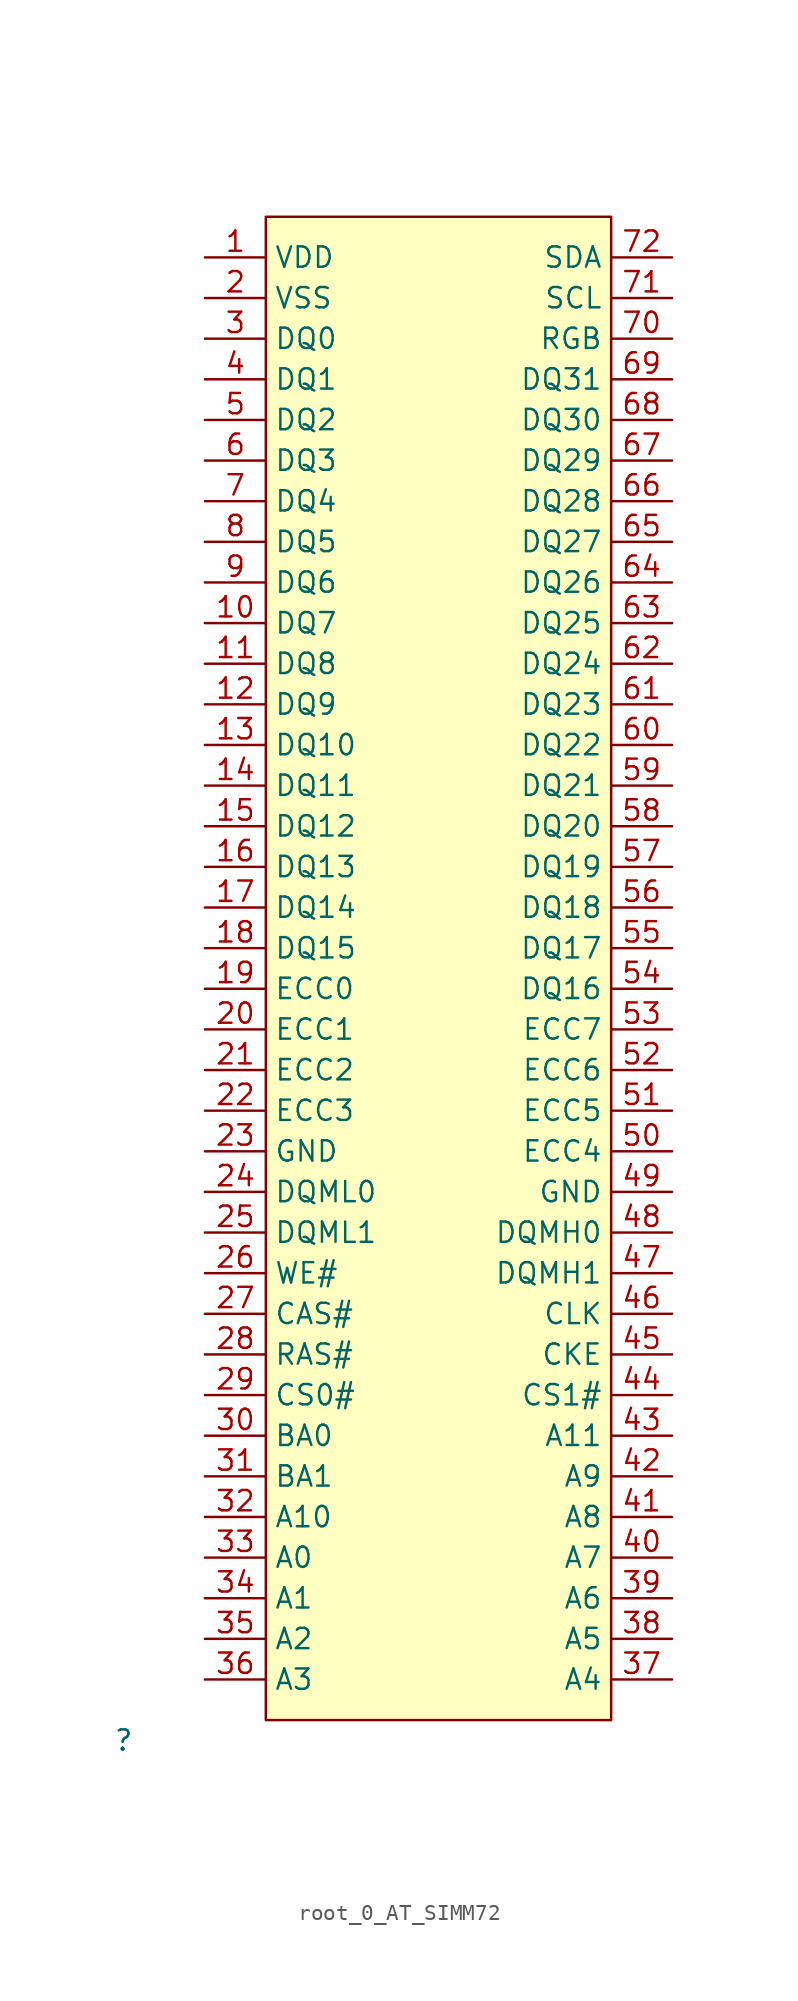
<source format=kicad_sym>
(kicad_symbol_lib
  (version 20220914)
  (generator kicad_symbol_editor)
  (symbol "root_0_AT_SIMM72"
    (property "Reference" ""
      (at 0 0 0)
      (effects (font (size 1.27 1.27))))
    (property "Value" ""
      (at 0 0 0)
      (effects (font (size 1.27 1.27))))
    (symbol "root_0_AT_SIMM72_1_0"
      (rectangle (start 30.48 95.25) (end 8.89 1.27) (stroke (width 0) (type solid)) (fill (type background)))
      (pin passive line (at 5.08 92.71 0) (length 3.81) (name "VDD" (effects (font (size 1.27 1.27)))) (number "1" (effects (font (size 1.27 1.27)))))
      (pin passive line (at 5.08 69.85 0) (length 3.81) (name "DQ7" (effects (font (size 1.27 1.27)))) (number "10" (effects (font (size 1.27 1.27)))))
      (pin passive line (at 5.08 67.31 0) (length 3.81) (name "DQ8" (effects (font (size 1.27 1.27)))) (number "11" (effects (font (size 1.27 1.27)))))
      (pin passive line (at 5.08 64.77 0) (length 3.81) (name "DQ9" (effects (font (size 1.27 1.27)))) (number "12" (effects (font (size 1.27 1.27)))))
      (pin passive line (at 5.08 62.23 0) (length 3.81) (name "DQ10" (effects (font (size 1.27 1.27)))) (number "13" (effects (font (size 1.27 1.27)))))
      (pin passive line (at 5.08 59.69 0) (length 3.81) (name "DQ11" (effects (font (size 1.27 1.27)))) (number "14" (effects (font (size 1.27 1.27)))))
      (pin passive line (at 5.08 57.15 0) (length 3.81) (name "DQ12" (effects (font (size 1.27 1.27)))) (number "15" (effects (font (size 1.27 1.27)))))
      (pin passive line (at 5.08 54.61 0) (length 3.81) (name "DQ13" (effects (font (size 1.27 1.27)))) (number "16" (effects (font (size 1.27 1.27)))))
      (pin passive line (at 5.08 52.07 0) (length 3.81) (name "DQ14" (effects (font (size 1.27 1.27)))) (number "17" (effects (font (size 1.27 1.27)))))
      (pin passive line (at 5.08 49.53 0) (length 3.81) (name "DQ15" (effects (font (size 1.27 1.27)))) (number "18" (effects (font (size 1.27 1.27)))))
      (pin passive line (at 5.08 46.99 0) (length 3.81) (name "ECC0" (effects (font (size 1.27 1.27)))) (number "19" (effects (font (size 1.27 1.27)))))
      (pin passive line (at 5.08 90.17 0) (length 3.81) (name "VSS" (effects (font (size 1.27 1.27)))) (number "2" (effects (font (size 1.27 1.27)))))
      (pin passive line (at 5.08 44.45 0) (length 3.81) (name "ECC1" (effects (font (size 1.27 1.27)))) (number "20" (effects (font (size 1.27 1.27)))))
      (pin passive line (at 5.08 41.91 0) (length 3.81) (name "ECC2" (effects (font (size 1.27 1.27)))) (number "21" (effects (font (size 1.27 1.27)))))
      (pin passive line (at 5.08 39.37 0) (length 3.81) (name "ECC3" (effects (font (size 1.27 1.27)))) (number "22" (effects (font (size 1.27 1.27)))))
      (pin passive line (at 5.08 36.83 0) (length 3.81) (name "GND" (effects (font (size 1.27 1.27)))) (number "23" (effects (font (size 1.27 1.27)))))
      (pin passive line (at 5.08 34.29 0) (length 3.81) (name "DQML0" (effects (font (size 1.27 1.27)))) (number "24" (effects (font (size 1.27 1.27)))))
      (pin passive line (at 5.08 31.75 0) (length 3.81) (name "DQML1" (effects (font (size 1.27 1.27)))) (number "25" (effects (font (size 1.27 1.27)))))
      (pin passive line (at 5.08 29.21 0) (length 3.81) (name "WE#" (effects (font (size 1.27 1.27)))) (number "26" (effects (font (size 1.27 1.27)))))
      (pin passive line (at 5.08 26.67 0) (length 3.81) (name "CAS#" (effects (font (size 1.27 1.27)))) (number "27" (effects (font (size 1.27 1.27)))))
      (pin passive line (at 5.08 24.13 0) (length 3.81) (name "RAS#" (effects (font (size 1.27 1.27)))) (number "28" (effects (font (size 1.27 1.27)))))
      (pin passive line (at 5.08 21.59 0) (length 3.81) (name "CS0#" (effects (font (size 1.27 1.27)))) (number "29" (effects (font (size 1.27 1.27)))))
      (pin passive line (at 5.08 87.63 0) (length 3.81) (name "DQ0" (effects (font (size 1.27 1.27)))) (number "3" (effects (font (size 1.27 1.27)))))
      (pin passive line (at 5.08 19.05 0) (length 3.81) (name "BA0" (effects (font (size 1.27 1.27)))) (number "30" (effects (font (size 1.27 1.27)))))
      (pin passive line (at 5.08 16.51 0) (length 3.81) (name "BA1" (effects (font (size 1.27 1.27)))) (number "31" (effects (font (size 1.27 1.27)))))
      (pin passive line (at 5.08 13.97 0) (length 3.81) (name "A10" (effects (font (size 1.27 1.27)))) (number "32" (effects (font (size 1.27 1.27)))))
      (pin passive line (at 5.08 11.43 0) (length 3.81) (name "A0" (effects (font (size 1.27 1.27)))) (number "33" (effects (font (size 1.27 1.27)))))
      (pin passive line (at 5.08 8.89 0) (length 3.81) (name "A1" (effects (font (size 1.27 1.27)))) (number "34" (effects (font (size 1.27 1.27)))))
      (pin passive line (at 5.08 6.35 0) (length 3.81) (name "A2" (effects (font (size 1.27 1.27)))) (number "35" (effects (font (size 1.27 1.27)))))
      (pin passive line (at 5.08 3.81 0) (length 3.81) (name "A3" (effects (font (size 1.27 1.27)))) (number "36" (effects (font (size 1.27 1.27)))))
      (pin passive line (at 34.29 3.81 180) (length 3.81) (name "A4" (effects (font (size 1.27 1.27)))) (number "37" (effects (font (size 1.27 1.27)))))
      (pin passive line (at 34.29 6.35 180) (length 3.81) (name "A5" (effects (font (size 1.27 1.27)))) (number "38" (effects (font (size 1.27 1.27)))))
      (pin passive line (at 34.29 8.89 180) (length 3.81) (name "A6" (effects (font (size 1.27 1.27)))) (number "39" (effects (font (size 1.27 1.27)))))
      (pin passive line (at 5.08 85.09 0) (length 3.81) (name "DQ1" (effects (font (size 1.27 1.27)))) (number "4" (effects (font (size 1.27 1.27)))))
      (pin passive line (at 34.29 11.43 180) (length 3.81) (name "A7" (effects (font (size 1.27 1.27)))) (number "40" (effects (font (size 1.27 1.27)))))
      (pin passive line (at 34.29 13.97 180) (length 3.81) (name "A8" (effects (font (size 1.27 1.27)))) (number "41" (effects (font (size 1.27 1.27)))))
      (pin passive line (at 34.29 16.51 180) (length 3.81) (name "A9" (effects (font (size 1.27 1.27)))) (number "42" (effects (font (size 1.27 1.27)))))
      (pin passive line (at 34.29 19.05 180) (length 3.81) (name "A11" (effects (font (size 1.27 1.27)))) (number "43" (effects (font (size 1.27 1.27)))))
      (pin passive line (at 34.29 21.59 180) (length 3.81) (name "CS1#" (effects (font (size 1.27 1.27)))) (number "44" (effects (font (size 1.27 1.27)))))
      (pin passive line (at 34.29 24.13 180) (length 3.81) (name "CKE" (effects (font (size 1.27 1.27)))) (number "45" (effects (font (size 1.27 1.27)))))
      (pin passive line (at 34.29 26.67 180) (length 3.81) (name "CLK" (effects (font (size 1.27 1.27)))) (number "46" (effects (font (size 1.27 1.27)))))
      (pin passive line (at 34.29 29.21 180) (length 3.81) (name "DQMH1" (effects (font (size 1.27 1.27)))) (number "47" (effects (font (size 1.27 1.27)))))
      (pin passive line (at 34.29 31.75 180) (length 3.81) (name "DQMH0" (effects (font (size 1.27 1.27)))) (number "48" (effects (font (size 1.27 1.27)))))
      (pin passive line (at 34.29 34.29 180) (length 3.81) (name "GND" (effects (font (size 1.27 1.27)))) (number "49" (effects (font (size 1.27 1.27)))))
      (pin passive line (at 5.08 82.55 0) (length 3.81) (name "DQ2" (effects (font (size 1.27 1.27)))) (number "5" (effects (font (size 1.27 1.27)))))
      (pin passive line (at 34.29 36.83 180) (length 3.81) (name "ECC4" (effects (font (size 1.27 1.27)))) (number "50" (effects (font (size 1.27 1.27)))))
      (pin passive line (at 34.29 39.37 180) (length 3.81) (name "ECC5" (effects (font (size 1.27 1.27)))) (number "51" (effects (font (size 1.27 1.27)))))
      (pin passive line (at 34.29 41.91 180) (length 3.81) (name "ECC6" (effects (font (size 1.27 1.27)))) (number "52" (effects (font (size 1.27 1.27)))))
      (pin passive line (at 34.29 44.45 180) (length 3.81) (name "ECC7" (effects (font (size 1.27 1.27)))) (number "53" (effects (font (size 1.27 1.27)))))
      (pin passive line (at 34.29 46.99 180) (length 3.81) (name "DQ16" (effects (font (size 1.27 1.27)))) (number "54" (effects (font (size 1.27 1.27)))))
      (pin passive line (at 34.29 49.53 180) (length 3.81) (name "DQ17" (effects (font (size 1.27 1.27)))) (number "55" (effects (font (size 1.27 1.27)))))
      (pin passive line (at 34.29 52.07 180) (length 3.81) (name "DQ18" (effects (font (size 1.27 1.27)))) (number "56" (effects (font (size 1.27 1.27)))))
      (pin passive line (at 34.29 54.61 180) (length 3.81) (name "DQ19" (effects (font (size 1.27 1.27)))) (number "57" (effects (font (size 1.27 1.27)))))
      (pin passive line (at 34.29 57.15 180) (length 3.81) (name "DQ20" (effects (font (size 1.27 1.27)))) (number "58" (effects (font (size 1.27 1.27)))))
      (pin passive line (at 34.29 59.69 180) (length 3.81) (name "DQ21" (effects (font (size 1.27 1.27)))) (number "59" (effects (font (size 1.27 1.27)))))
      (pin passive line (at 5.08 80.01 0) (length 3.81) (name "DQ3" (effects (font (size 1.27 1.27)))) (number "6" (effects (font (size 1.27 1.27)))))
      (pin passive line (at 34.29 62.23 180) (length 3.81) (name "DQ22" (effects (font (size 1.27 1.27)))) (number "60" (effects (font (size 1.27 1.27)))))
      (pin passive line (at 34.29 64.77 180) (length 3.81) (name "DQ23" (effects (font (size 1.27 1.27)))) (number "61" (effects (font (size 1.27 1.27)))))
      (pin passive line (at 34.29 67.31 180) (length 3.81) (name "DQ24" (effects (font (size 1.27 1.27)))) (number "62" (effects (font (size 1.27 1.27)))))
      (pin passive line (at 34.29 69.85 180) (length 3.81) (name "DQ25" (effects (font (size 1.27 1.27)))) (number "63" (effects (font (size 1.27 1.27)))))
      (pin passive line (at 34.29 72.39 180) (length 3.81) (name "DQ26" (effects (font (size 1.27 1.27)))) (number "64" (effects (font (size 1.27 1.27)))))
      (pin passive line (at 34.29 74.93 180) (length 3.81) (name "DQ27" (effects (font (size 1.27 1.27)))) (number "65" (effects (font (size 1.27 1.27)))))
      (pin passive line (at 34.29 77.47 180) (length 3.81) (name "DQ28" (effects (font (size 1.27 1.27)))) (number "66" (effects (font (size 1.27 1.27)))))
      (pin passive line (at 34.29 80.01 180) (length 3.81) (name "DQ29" (effects (font (size 1.27 1.27)))) (number "67" (effects (font (size 1.27 1.27)))))
      (pin passive line (at 34.29 82.55 180) (length 3.81) (name "DQ30" (effects (font (size 1.27 1.27)))) (number "68" (effects (font (size 1.27 1.27)))))
      (pin passive line (at 34.29 85.09 180) (length 3.81) (name "DQ31" (effects (font (size 1.27 1.27)))) (number "69" (effects (font (size 1.27 1.27)))))
      (pin passive line (at 5.08 77.47 0) (length 3.81) (name "DQ4" (effects (font (size 1.27 1.27)))) (number "7" (effects (font (size 1.27 1.27)))))
      (pin passive line (at 34.29 87.63 180) (length 3.81) (name "RGB" (effects (font (size 1.27 1.27)))) (number "70" (effects (font (size 1.27 1.27)))))
      (pin passive line (at 34.29 90.17 180) (length 3.81) (name "SCL" (effects (font (size 1.27 1.27)))) (number "71" (effects (font (size 1.27 1.27)))))
      (pin passive line (at 34.29 92.71 180) (length 3.81) (name "SDA" (effects (font (size 1.27 1.27)))) (number "72" (effects (font (size 1.27 1.27)))))
      (pin passive line (at 5.08 74.93 0) (length 3.81) (name "DQ5" (effects (font (size 1.27 1.27)))) (number "8" (effects (font (size 1.27 1.27)))))
      (pin passive line (at 5.08 72.39 0) (length 3.81) (name "DQ6" (effects (font (size 1.27 1.27)))) (number "9" (effects (font (size 1.27 1.27))))))))
</source>
